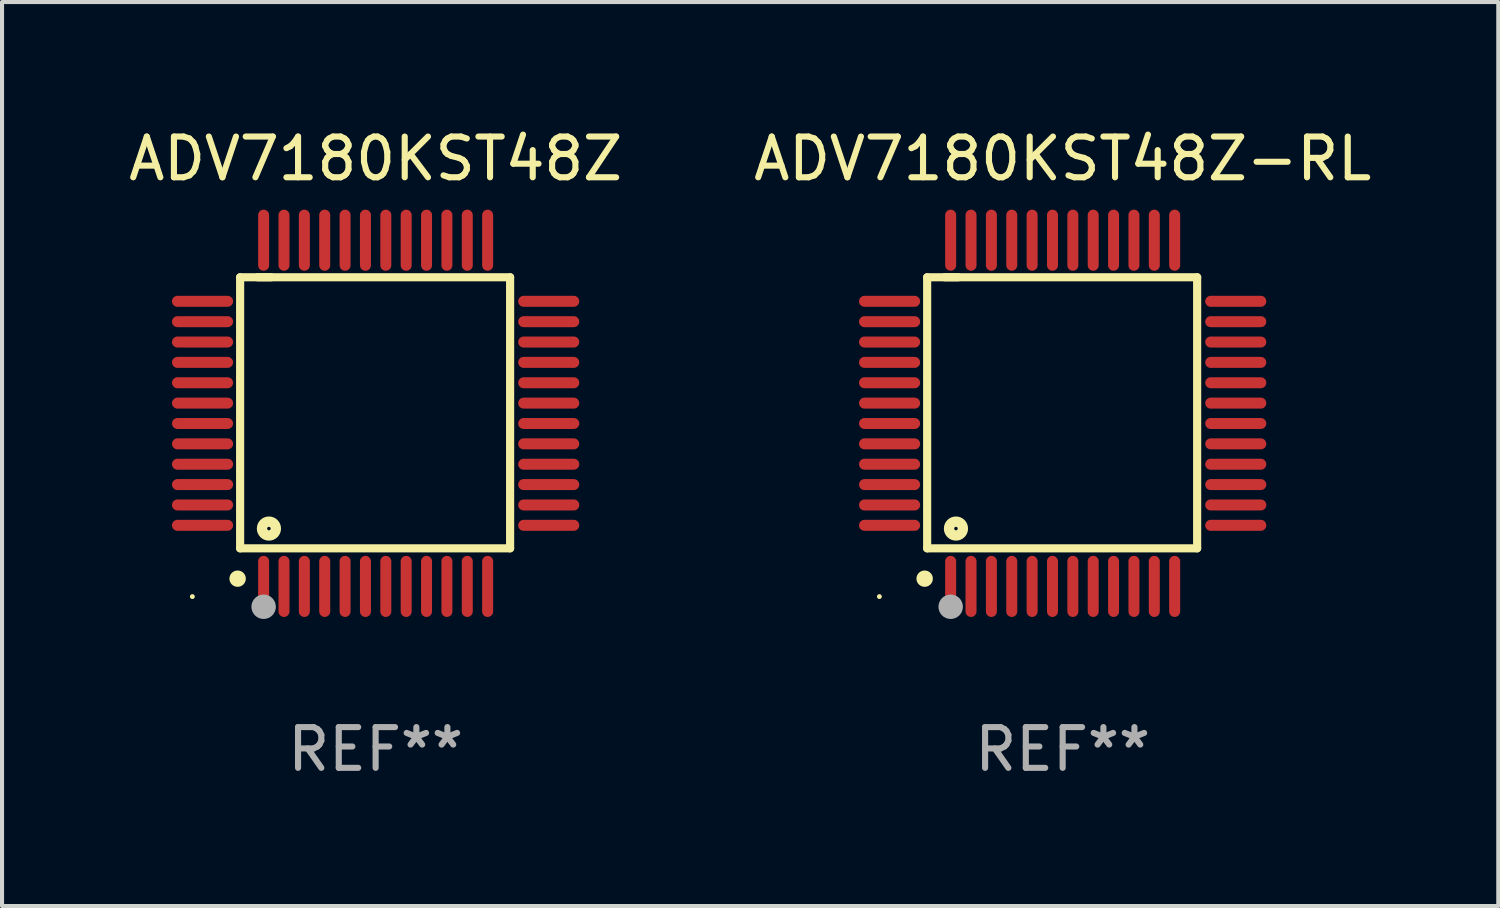
<source format=kicad_pcb>
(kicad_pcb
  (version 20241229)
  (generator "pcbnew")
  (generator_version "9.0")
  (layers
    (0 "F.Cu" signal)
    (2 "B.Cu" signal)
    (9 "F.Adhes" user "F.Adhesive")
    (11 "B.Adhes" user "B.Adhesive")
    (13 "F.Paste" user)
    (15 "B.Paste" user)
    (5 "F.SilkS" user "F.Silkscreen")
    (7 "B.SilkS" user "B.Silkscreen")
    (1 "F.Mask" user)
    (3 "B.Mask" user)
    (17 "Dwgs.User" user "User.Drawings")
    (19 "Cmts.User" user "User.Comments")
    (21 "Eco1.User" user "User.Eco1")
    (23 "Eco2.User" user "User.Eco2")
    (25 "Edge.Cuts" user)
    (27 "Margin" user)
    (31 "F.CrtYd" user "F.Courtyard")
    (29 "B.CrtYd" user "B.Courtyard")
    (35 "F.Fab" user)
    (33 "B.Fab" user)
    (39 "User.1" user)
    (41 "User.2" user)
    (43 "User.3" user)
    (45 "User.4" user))
  (footprint "ADV7180KST48Z-RL"
    (layer "F.Cu")
    (at 23.042 7.098)
    (property "Reference" "ADV7180KST48Z-RL" (at 0 -6.25 0) (layer "F.SilkS") (effects (font (size 1 1) (thickness 0.15))))
    (attr through_hole)
    (fp_line (start -3.327 -3.34) (end -2.565 -3.34) (stroke (width 0.2) (type solid)) (layer "F.SilkS"))
    (fp_line (start -3.327 3.315) (end -3.327 -3.34) (stroke (width 0.2) (type solid)) (layer "F.SilkS"))
    (fp_line (start -2.896 -3.34) (end 3.302 -3.34) (stroke (width 0.2) (type solid)) (layer "F.SilkS"))
    (fp_line (start 3.302 -3.34) (end 3.302 3.315) (stroke (width 0.2) (type solid)) (layer "F.SilkS"))
    (fp_line (start 3.302 3.315) (end -3.327 3.315) (stroke (width 0.2) (type solid)) (layer "F.SilkS"))
    (fp_arc (start -3.389992 4.059995) (mid -3.388722 4.059991) (end -3.387452 4.059995) (stroke (width 0.4) (type solid)) (layer "F.SilkS"))
    (fp_circle (center -4.5 4.5) (end -4.47 4.5) (stroke (width 0.06) (type solid)) (fill no) (layer "F.SilkS"))
    (fp_circle (center -2.62 2.83) (end -2.45 2.83) (stroke (width 0.254) (type solid)) (fill no) (layer "F.SilkS"))
    (fp_circle (center -2.75 4.75) (end -2.6 4.75) (stroke (width 0.3) (type solid)) (fill no) (layer "F.Fab"))
    (fp_text user "REF**" (at 0 8.25 0) (layer "F.Fab") (effects (font (size 1 1) (thickness 0.15))))
    (pad "1" smd oval (at -2.75 4.25) (size 0.27 1.5) (layers "F.Cu" "F.Mask" "F.Paste"))
    (pad "2" smd oval (at -2.25 4.25) (size 0.27 1.5) (layers "F.Cu" "F.Mask" "F.Paste"))
    (pad "3" smd oval (at -1.75 4.25) (size 0.27 1.5) (layers "F.Cu" "F.Mask" "F.Paste"))
    (pad "4" smd oval (at -1.25 4.25) (size 0.27 1.5) (layers "F.Cu" "F.Mask" "F.Paste"))
    (pad "5" smd oval (at -0.75 4.25) (size 0.27 1.5) (layers "F.Cu" "F.Mask" "F.Paste"))
    (pad "6" smd oval (at -0.25 4.25) (size 0.27 1.5) (layers "F.Cu" "F.Mask" "F.Paste"))
    (pad "7" smd oval (at 0.25 4.25) (size 0.27 1.5) (layers "F.Cu" "F.Mask" "F.Paste"))
    (pad "8" smd oval (at 0.75 4.25) (size 0.27 1.5) (layers "F.Cu" "F.Mask" "F.Paste"))
    (pad "9" smd oval (at 1.25 4.25) (size 0.27 1.5) (layers "F.Cu" "F.Mask" "F.Paste"))
    (pad "10" smd oval (at 1.75 4.25) (size 0.27 1.5) (layers "F.Cu" "F.Mask" "F.Paste"))
    (pad "11" smd oval (at 2.25 4.25) (size 0.27 1.5) (layers "F.Cu" "F.Mask" "F.Paste"))
    (pad "12" smd oval (at 2.75 4.25) (size 0.27 1.5) (layers "F.Cu" "F.Mask" "F.Paste"))
    (pad "13" smd oval (at 4.25 2.75) (size 1.5 0.27) (layers "F.Cu" "F.Mask" "F.Paste"))
    (pad "14" smd oval (at 4.25 2.25) (size 1.5 0.27) (layers "F.Cu" "F.Mask" "F.Paste"))
    (pad "15" smd oval (at 4.25 1.75) (size 1.5 0.27) (layers "F.Cu" "F.Mask" "F.Paste"))
    (pad "16" smd oval (at 4.25 1.25) (size 1.5 0.27) (layers "F.Cu" "F.Mask" "F.Paste"))
    (pad "17" smd oval (at 4.25 0.75) (size 1.5 0.27) (layers "F.Cu" "F.Mask" "F.Paste"))
    (pad "18" smd oval (at 4.25 0.25) (size 1.5 0.27) (layers "F.Cu" "F.Mask" "F.Paste"))
    (pad "19" smd oval (at 4.25 -0.25) (size 1.5 0.27) (layers "F.Cu" "F.Mask" "F.Paste"))
    (pad "20" smd oval (at 4.25 -0.75) (size 1.5 0.27) (layers "F.Cu" "F.Mask" "F.Paste"))
    (pad "21" smd oval (at 4.25 -1.25) (size 1.5 0.27) (layers "F.Cu" "F.Mask" "F.Paste"))
    (pad "22" smd oval (at 4.25 -1.75) (size 1.5 0.27) (layers "F.Cu" "F.Mask" "F.Paste"))
    (pad "23" smd oval (at 4.25 -2.25) (size 1.5 0.27) (layers "F.Cu" "F.Mask" "F.Paste"))
    (pad "24" smd oval (at 4.25 -2.75) (size 1.5 0.27) (layers "F.Cu" "F.Mask" "F.Paste"))
    (pad "25" smd oval (at 2.75 -4.25) (size 0.27 1.5) (layers "F.Cu" "F.Mask" "F.Paste"))
    (pad "26" smd oval (at 2.25 -4.25) (size 0.27 1.5) (layers "F.Cu" "F.Mask" "F.Paste"))
    (pad "27" smd oval (at 1.75 -4.25) (size 0.27 1.5) (layers "F.Cu" "F.Mask" "F.Paste"))
    (pad "28" smd oval (at 1.25 -4.25) (size 0.27 1.5) (layers "F.Cu" "F.Mask" "F.Paste"))
    (pad "29" smd oval (at 0.75 -4.25) (size 0.27 1.5) (layers "F.Cu" "F.Mask" "F.Paste"))
    (pad "30" smd oval (at 0.25 -4.25) (size 0.27 1.5) (layers "F.Cu" "F.Mask" "F.Paste"))
    (pad "31" smd oval (at -0.25 -4.25) (size 0.27 1.5) (layers "F.Cu" "F.Mask" "F.Paste"))
    (pad "32" smd oval (at -0.75 -4.25) (size 0.27 1.5) (layers "F.Cu" "F.Mask" "F.Paste"))
    (pad "33" smd oval (at -1.25 -4.25) (size 0.27 1.5) (layers "F.Cu" "F.Mask" "F.Paste"))
    (pad "34" smd oval (at -1.75 -4.25) (size 0.27 1.5) (layers "F.Cu" "F.Mask" "F.Paste"))
    (pad "35" smd oval (at -2.25 -4.25) (size 0.27 1.5) (layers "F.Cu" "F.Mask" "F.Paste"))
    (pad "36" smd oval (at -2.75 -4.25) (size 0.27 1.5) (layers "F.Cu" "F.Mask" "F.Paste"))
    (pad "37" smd oval (at -4.25 -2.75) (size 1.5 0.27) (layers "F.Cu" "F.Mask" "F.Paste"))
    (pad "38" smd oval (at -4.25 -2.25) (size 1.5 0.27) (layers "F.Cu" "F.Mask" "F.Paste"))
    (pad "39" smd oval (at -4.25 -1.75) (size 1.5 0.27) (layers "F.Cu" "F.Mask" "F.Paste"))
    (pad "40" smd oval (at -4.25 -1.25) (size 1.5 0.27) (layers "F.Cu" "F.Mask" "F.Paste"))
    (pad "41" smd oval (at -4.25 -0.75) (size 1.5 0.27) (layers "F.Cu" "F.Mask" "F.Paste"))
    (pad "42" smd oval (at -4.25 -0.25) (size 1.5 0.27) (layers "F.Cu" "F.Mask" "F.Paste"))
    (pad "43" smd oval (at -4.25 0.25) (size 1.5 0.27) (layers "F.Cu" "F.Mask" "F.Paste"))
    (pad "44" smd oval (at -4.25 0.75) (size 1.5 0.27) (layers "F.Cu" "F.Mask" "F.Paste"))
    (pad "45" smd oval (at -4.25 1.25) (size 1.5 0.27) (layers "F.Cu" "F.Mask" "F.Paste"))
    (pad "46" smd oval (at -4.25 1.75) (size 1.5 0.27) (layers "F.Cu" "F.Mask" "F.Paste"))
    (pad "47" smd oval (at -4.25 2.25) (size 1.5 0.27) (layers "F.Cu" "F.Mask" "F.Paste"))
    (pad "48" smd oval (at -4.25 2.75) (size 1.5 0.27) (layers "F.Cu" "F.Mask" "F.Paste")))
  (footprint "ADV7180KST48Z"
    (layer "F.Cu")
    (at 6.173 7.098)
    (property "Reference" "ADV7180KST48Z" (at 0 -6.25 0) (layer "F.SilkS") (effects (font (size 1 1) (thickness 0.15))))
    (attr through_hole)
    (fp_line (start -3.327 -3.34) (end -2.565 -3.34) (stroke (width 0.2) (type solid)) (layer "F.SilkS"))
    (fp_line (start -3.327 3.315) (end -3.327 -3.34) (stroke (width 0.2) (type solid)) (layer "F.SilkS"))
    (fp_line (start -2.896 -3.34) (end 3.302 -3.34) (stroke (width 0.2) (type solid)) (layer "F.SilkS"))
    (fp_line (start 3.302 -3.34) (end 3.302 3.315) (stroke (width 0.2) (type solid)) (layer "F.SilkS"))
    (fp_line (start 3.302 3.315) (end -3.327 3.315) (stroke (width 0.2) (type solid)) (layer "F.SilkS"))
    (fp_arc (start -3.389992 4.059995) (mid -3.388722 4.059991) (end -3.387452 4.059995) (stroke (width 0.4) (type solid)) (layer "F.SilkS"))
    (fp_circle (center -4.5 4.5) (end -4.47 4.5) (stroke (width 0.06) (type solid)) (fill no) (layer "F.SilkS"))
    (fp_circle (center -2.62 2.83) (end -2.45 2.83) (stroke (width 0.254) (type solid)) (fill no) (layer "F.SilkS"))
    (fp_circle (center -2.75 4.75) (end -2.6 4.75) (stroke (width 0.3) (type solid)) (fill no) (layer "F.Fab"))
    (fp_text user "REF**" (at 0 8.25 0) (layer "F.Fab") (effects (font (size 1 1) (thickness 0.15))))
    (pad "1" smd oval (at -2.75 4.25) (size 0.27 1.5) (layers "F.Cu" "F.Mask" "F.Paste"))
    (pad "2" smd oval (at -2.25 4.25) (size 0.27 1.5) (layers "F.Cu" "F.Mask" "F.Paste"))
    (pad "3" smd oval (at -1.75 4.25) (size 0.27 1.5) (layers "F.Cu" "F.Mask" "F.Paste"))
    (pad "4" smd oval (at -1.25 4.25) (size 0.27 1.5) (layers "F.Cu" "F.Mask" "F.Paste"))
    (pad "5" smd oval (at -0.75 4.25) (size 0.27 1.5) (layers "F.Cu" "F.Mask" "F.Paste"))
    (pad "6" smd oval (at -0.25 4.25) (size 0.27 1.5) (layers "F.Cu" "F.Mask" "F.Paste"))
    (pad "7" smd oval (at 0.25 4.25) (size 0.27 1.5) (layers "F.Cu" "F.Mask" "F.Paste"))
    (pad "8" smd oval (at 0.75 4.25) (size 0.27 1.5) (layers "F.Cu" "F.Mask" "F.Paste"))
    (pad "9" smd oval (at 1.25 4.25) (size 0.27 1.5) (layers "F.Cu" "F.Mask" "F.Paste"))
    (pad "10" smd oval (at 1.75 4.25) (size 0.27 1.5) (layers "F.Cu" "F.Mask" "F.Paste"))
    (pad "11" smd oval (at 2.25 4.25) (size 0.27 1.5) (layers "F.Cu" "F.Mask" "F.Paste"))
    (pad "12" smd oval (at 2.75 4.25) (size 0.27 1.5) (layers "F.Cu" "F.Mask" "F.Paste"))
    (pad "13" smd oval (at 4.25 2.75) (size 1.5 0.27) (layers "F.Cu" "F.Mask" "F.Paste"))
    (pad "14" smd oval (at 4.25 2.25) (size 1.5 0.27) (layers "F.Cu" "F.Mask" "F.Paste"))
    (pad "15" smd oval (at 4.25 1.75) (size 1.5 0.27) (layers "F.Cu" "F.Mask" "F.Paste"))
    (pad "16" smd oval (at 4.25 1.25) (size 1.5 0.27) (layers "F.Cu" "F.Mask" "F.Paste"))
    (pad "17" smd oval (at 4.25 0.75) (size 1.5 0.27) (layers "F.Cu" "F.Mask" "F.Paste"))
    (pad "18" smd oval (at 4.25 0.25) (size 1.5 0.27) (layers "F.Cu" "F.Mask" "F.Paste"))
    (pad "19" smd oval (at 4.25 -0.25) (size 1.5 0.27) (layers "F.Cu" "F.Mask" "F.Paste"))
    (pad "20" smd oval (at 4.25 -0.75) (size 1.5 0.27) (layers "F.Cu" "F.Mask" "F.Paste"))
    (pad "21" smd oval (at 4.25 -1.25) (size 1.5 0.27) (layers "F.Cu" "F.Mask" "F.Paste"))
    (pad "22" smd oval (at 4.25 -1.75) (size 1.5 0.27) (layers "F.Cu" "F.Mask" "F.Paste"))
    (pad "23" smd oval (at 4.25 -2.25) (size 1.5 0.27) (layers "F.Cu" "F.Mask" "F.Paste"))
    (pad "24" smd oval (at 4.25 -2.75) (size 1.5 0.27) (layers "F.Cu" "F.Mask" "F.Paste"))
    (pad "25" smd oval (at 2.75 -4.25) (size 0.27 1.5) (layers "F.Cu" "F.Mask" "F.Paste"))
    (pad "26" smd oval (at 2.25 -4.25) (size 0.27 1.5) (layers "F.Cu" "F.Mask" "F.Paste"))
    (pad "27" smd oval (at 1.75 -4.25) (size 0.27 1.5) (layers "F.Cu" "F.Mask" "F.Paste"))
    (pad "28" smd oval (at 1.25 -4.25) (size 0.27 1.5) (layers "F.Cu" "F.Mask" "F.Paste"))
    (pad "29" smd oval (at 0.75 -4.25) (size 0.27 1.5) (layers "F.Cu" "F.Mask" "F.Paste"))
    (pad "30" smd oval (at 0.25 -4.25) (size 0.27 1.5) (layers "F.Cu" "F.Mask" "F.Paste"))
    (pad "31" smd oval (at -0.25 -4.25) (size 0.27 1.5) (layers "F.Cu" "F.Mask" "F.Paste"))
    (pad "32" smd oval (at -0.75 -4.25) (size 0.27 1.5) (layers "F.Cu" "F.Mask" "F.Paste"))
    (pad "33" smd oval (at -1.25 -4.25) (size 0.27 1.5) (layers "F.Cu" "F.Mask" "F.Paste"))
    (pad "34" smd oval (at -1.75 -4.25) (size 0.27 1.5) (layers "F.Cu" "F.Mask" "F.Paste"))
    (pad "35" smd oval (at -2.25 -4.25) (size 0.27 1.5) (layers "F.Cu" "F.Mask" "F.Paste"))
    (pad "36" smd oval (at -2.75 -4.25) (size 0.27 1.5) (layers "F.Cu" "F.Mask" "F.Paste"))
    (pad "37" smd oval (at -4.25 -2.75) (size 1.5 0.27) (layers "F.Cu" "F.Mask" "F.Paste"))
    (pad "38" smd oval (at -4.25 -2.25) (size 1.5 0.27) (layers "F.Cu" "F.Mask" "F.Paste"))
    (pad "39" smd oval (at -4.25 -1.75) (size 1.5 0.27) (layers "F.Cu" "F.Mask" "F.Paste"))
    (pad "40" smd oval (at -4.25 -1.25) (size 1.5 0.27) (layers "F.Cu" "F.Mask" "F.Paste"))
    (pad "41" smd oval (at -4.25 -0.75) (size 1.5 0.27) (layers "F.Cu" "F.Mask" "F.Paste"))
    (pad "42" smd oval (at -4.25 -0.25) (size 1.5 0.27) (layers "F.Cu" "F.Mask" "F.Paste"))
    (pad "43" smd oval (at -4.25 0.25) (size 1.5 0.27) (layers "F.Cu" "F.Mask" "F.Paste"))
    (pad "44" smd oval (at -4.25 0.75) (size 1.5 0.27) (layers "F.Cu" "F.Mask" "F.Paste"))
    (pad "45" smd oval (at -4.25 1.25) (size 1.5 0.27) (layers "F.Cu" "F.Mask" "F.Paste"))
    (pad "46" smd oval (at -4.25 1.75) (size 1.5 0.27) (layers "F.Cu" "F.Mask" "F.Paste"))
    (pad "47" smd oval (at -4.25 2.25) (size 1.5 0.27) (layers "F.Cu" "F.Mask" "F.Paste"))
    (pad "48" smd oval (at -4.25 2.75) (size 1.5 0.27) (layers "F.Cu" "F.Mask" "F.Paste")))
  (gr_rect
    (start -3 -3)
    (end 33.738 19.196)
    (stroke (width 0.1) (type default))
    (fill no)
    (layer "Edge.Cuts")))
</source>
